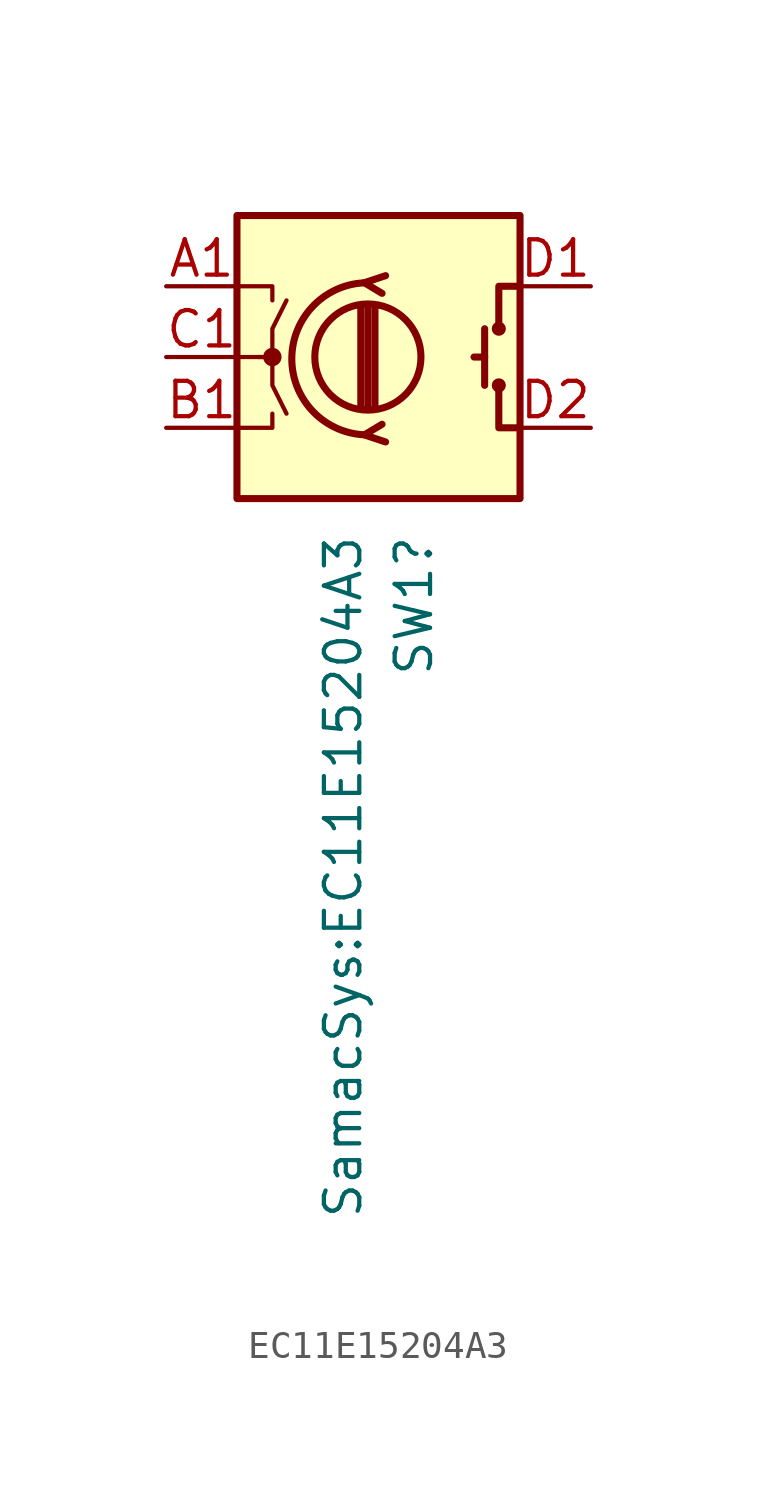
<source format=kicad_sym>
(kicad_symbol_lib
  (version 20241209)
  (generator "kicad_symbol_editor")
  (generator_version "9.0")
  (symbol "EC11E15204A3"
    (pin_names
      (offset 0.254)
      (hide yes))
    (property "Reference" "SW1"
      (at 1.27 -6.35 90)
      (effects (font (size 1.27 1.27)) (justify right)))
    (property "Value" "SamacSys:EC11E15204A3"
      (at -1.27 -6.35 90)
      (effects (font (size 1.27 1.27)) (justify right)))
    (symbol "EC11E15204A3_0_1"
      (rectangle (start -5.08 5.08) (end 5.08 -5.08) (stroke (width 0.254) (type default)) (fill (type background)))
      (polyline (pts (xy -5.08 2.54) (xy -3.81 2.54) (xy -3.81 2.032)) (stroke (width 0) (type default)) (fill (type none)))
      (polyline (pts (xy -5.08 0) (xy -3.81 0) (xy -3.81 -1.016) (xy -3.302 -2.032)) (stroke (width 0) (type default)) (fill (type none)))
      (polyline (pts (xy -5.08 -2.54) (xy -3.81 -2.54) (xy -3.81 -2.032)) (stroke (width 0) (type default)) (fill (type none)))
      (polyline (pts (xy -4.318 0) (xy -3.81 0) (xy -3.81 1.016) (xy -3.302 2.032)) (stroke (width 0) (type default)) (fill (type none)))
      (circle (center -3.81 0) (radius 0.254) (stroke (width 0) (type default)) (fill (type outline)))
      (polyline (pts (xy -0.635 -1.778) (xy -0.635 1.778)) (stroke (width 0.254) (type default)) (fill (type none)))
      (circle (center -0.381 0) (radius 1.905) (stroke (width 0.254) (type default)) (fill (type none)))
      (polyline (pts (xy -0.381 -1.778) (xy -0.381 1.778)) (stroke (width 0.254) (type default)) (fill (type none)))
      (arc (start -0.381 -2.794) (mid -3.0988 -0.0635) (end -0.381 2.667) (stroke (width 0.254) (type default)) (fill (type none)))
      (polyline (pts (xy -0.127 1.778) (xy -0.127 -1.778)) (stroke (width 0.254) (type default)) (fill (type none)))
      (polyline (pts (xy 0.254 2.921) (xy -0.508 2.667) (xy 0.127 2.286)) (stroke (width 0.254) (type default)) (fill (type none)))
      (polyline (pts (xy 0.254 -3.048) (xy -0.508 -2.794) (xy 0.127 -2.413)) (stroke (width 0.254) (type default)) (fill (type none)))
      (polyline (pts (xy 3.81 1.016) (xy 3.81 -1.016)) (stroke (width 0.254) (type default)) (fill (type none)))
      (polyline (pts (xy 3.81 0) (xy 3.429 0)) (stroke (width 0.254) (type default)) (fill (type none)))
      (circle (center 4.318 1.016) (radius 0.127) (stroke (width 0.254) (type default)) (fill (type none)))
      (circle (center 4.318 -1.016) (radius 0.127) (stroke (width 0.254) (type default)) (fill (type none)))
      (polyline (pts (xy 5.08 2.54) (xy 4.318 2.54) (xy 4.318 1.016)) (stroke (width 0.254) (type default)) (fill (type none)))
      (polyline (pts (xy 5.08 -2.54) (xy 4.318 -2.54) (xy 4.318 -1.016)) (stroke (width 0.254) (type default)) (fill (type none))))
    (symbol "EC11E15204A3_1_1"
      (pin passive line (at -7.62 2.54 0) (length 2.54) (name "A" (effects (font (size 1.27 1.27)))) (number "A1" (effects (font (size 1.27 1.27)))))
      (pin passive line (at -7.62 0 0) (length 2.54) (name "C" (effects (font (size 1.27 1.27)))) (number "C1" (effects (font (size 1.27 1.27)))))
      (pin passive line (at -7.62 -2.54 0) (length 2.54) (name "B" (effects (font (size 1.27 1.27)))) (number "B1" (effects (font (size 1.27 1.27)))))
      (pin passive line (at 7.62 2.54 180) (length 2.54) (name "S1" (effects (font (size 1.27 1.27)))) (number "D1" (effects (font (size 1.27 1.27)))))
      (pin passive line (at 7.62 -2.54 180) (length 2.54) (name "S2" (effects (font (size 1.27 1.27)))) (number "D2" (effects (font (size 1.27 1.27))))))))
</source>
